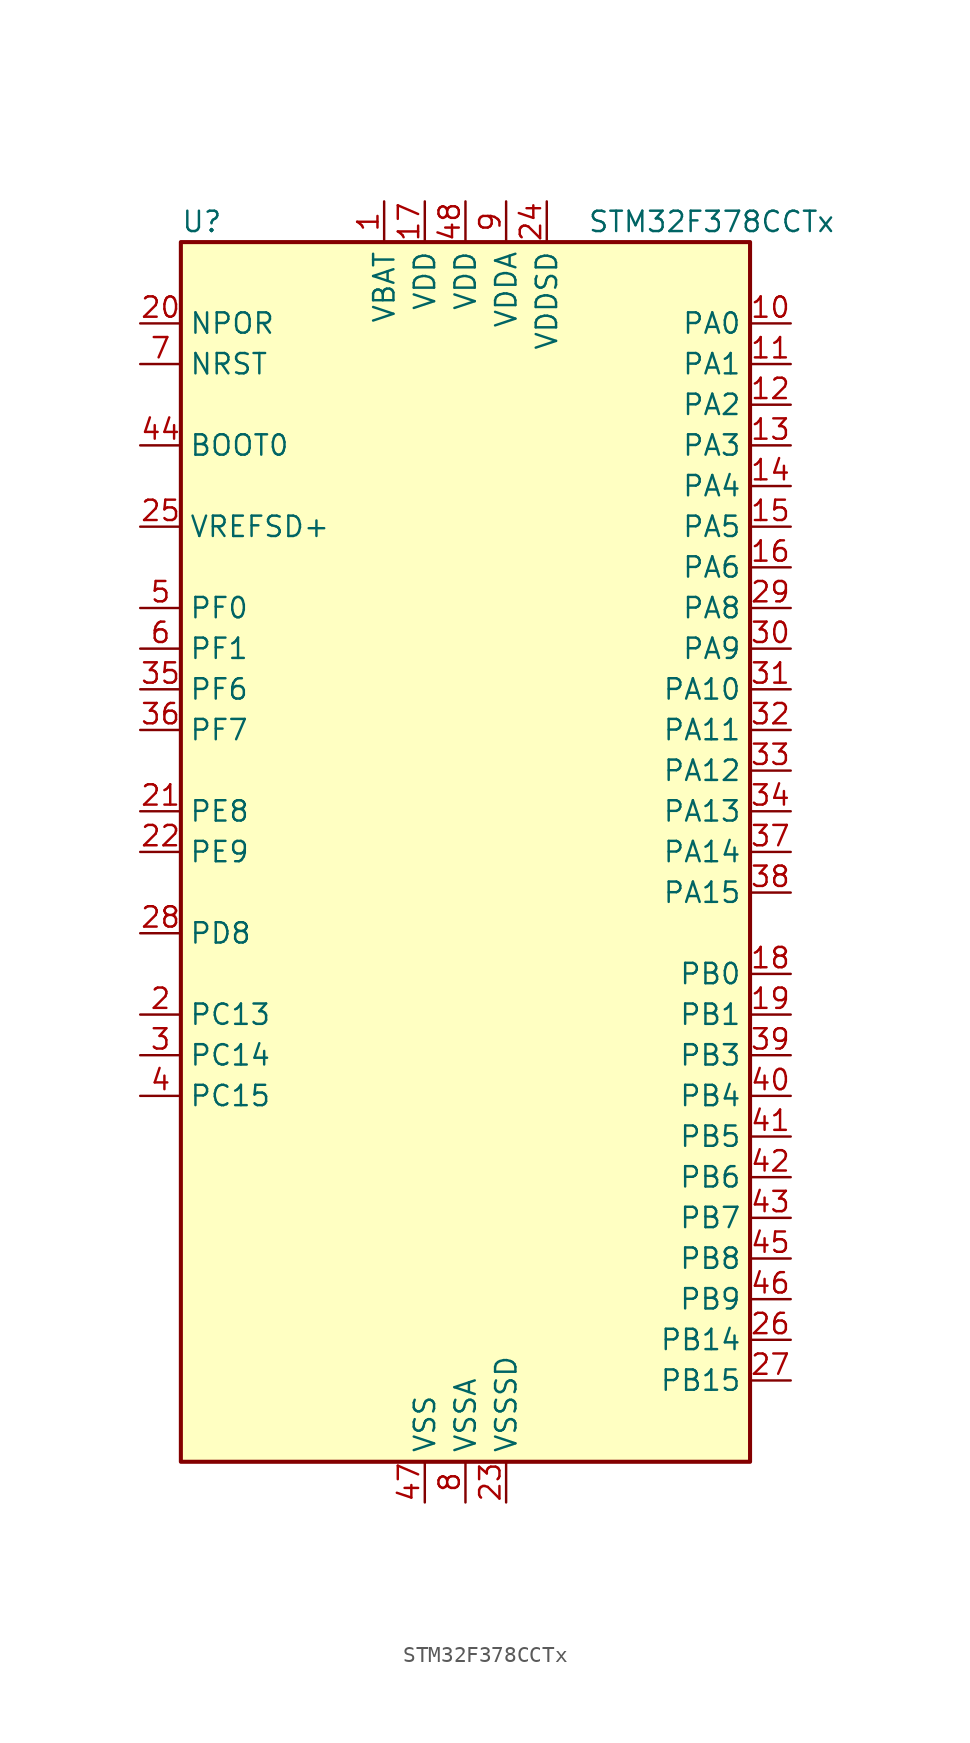
<source format=kicad_sym>
(kicad_symbol_lib
  (version 20241209)
  (generator "kicad_symbol_editor")
  (generator_version "9.0")
  (symbol "STM32F378CCTx"
    (property "Reference" "U"
      (at -17.78 39.37 0)
      (effects (font (size 1.27 1.27)) (justify left)))
    (property "Value" "STM32F378CCTx"
      (at 7.62 39.37 0)
      (effects (font (size 1.27 1.27)) (justify left)))
    (symbol "STM32F378CCTx_0_1"
      (rectangle (start -17.78 -38.1) (end 17.78 38.1) (stroke (width 0.254) (type default)) (fill (type background))))
    (symbol "STM32F378CCTx_1_1"
      (pin input line (at -20.32 33.02 0) (length 2.54) (name "NPOR" (effects (font (size 1.27 1.27)))) (number "20" (effects (font (size 1.27 1.27)))))
      (pin input line (at -20.32 30.48 0) (length 2.54) (name "NRST" (effects (font (size 1.27 1.27)))) (number "7" (effects (font (size 1.27 1.27)))))
      (pin input line (at -20.32 25.4 0) (length 2.54) (name "BOOT0" (effects (font (size 1.27 1.27)))) (number "44" (effects (font (size 1.27 1.27)))))
      (pin input line (at -20.32 20.32 0) (length 2.54) (name "VREFSD+" (effects (font (size 1.27 1.27)))) (number "25" (effects (font (size 1.27 1.27)))))
      (pin bidirectional line (at -20.32 15.24 0) (length 2.54) (name "PF0" (effects (font (size 1.27 1.27)))) (number "5" (effects (font (size 1.27 1.27)))) (alternate "I2C2_SDA" bidirectional line) (alternate "RCC_OSC_IN" bidirectional line))
      (pin bidirectional line (at -20.32 12.7 0) (length 2.54) (name "PF1" (effects (font (size 1.27 1.27)))) (number "6" (effects (font (size 1.27 1.27)))) (alternate "I2C2_SCL" bidirectional line) (alternate "RCC_OSC_OUT" bidirectional line))
      (pin bidirectional line (at -20.32 10.16 0) (length 2.54) (name "PF6" (effects (font (size 1.27 1.27)))) (number "35" (effects (font (size 1.27 1.27)))) (alternate "I2C2_SCL" bidirectional line) (alternate "I2S1_SD" bidirectional line) (alternate "SPI1_MOSI" bidirectional line) (alternate "TIM4_CH4" bidirectional line) (alternate "USART3_DE" bidirectional line) (alternate "USART3_RTS" bidirectional line))
      (pin bidirectional line (at -20.32 7.62 0) (length 2.54) (name "PF7" (effects (font (size 1.27 1.27)))) (number "36" (effects (font (size 1.27 1.27)))) (alternate "I2C2_SDA" bidirectional line) (alternate "USART2_CK" bidirectional line))
      (pin bidirectional line (at -20.32 2.54 0) (length 2.54) (name "PE8" (effects (font (size 1.27 1.27)))) (number "21" (effects (font (size 1.27 1.27)))) (alternate "SDADC1_AIN8P" bidirectional line) (alternate "SDADC2_AIN8P" bidirectional line))
      (pin bidirectional line (at -20.32 0 0) (length 2.54) (name "PE9" (effects (font (size 1.27 1.27)))) (number "22" (effects (font (size 1.27 1.27)))) (alternate "DAC1_EXTI9" bidirectional line) (alternate "DAC2_EXTI9" bidirectional line) (alternate "SDADC1_AIN7P" bidirectional line) (alternate "SDADC1_AIN8M" bidirectional line) (alternate "SDADC2_AIN7P" bidirectional line) (alternate "SDADC2_AIN8M" bidirectional line))
      (pin bidirectional line (at -20.32 -5.08 0) (length 2.54) (name "PD8" (effects (font (size 1.27 1.27)))) (number "28" (effects (font (size 1.27 1.27)))) (alternate "I2S2_CK" bidirectional line) (alternate "SDADC3_AIN6P" bidirectional line) (alternate "SPI2_SCK" bidirectional line) (alternate "TSC_G6_IO3" bidirectional line) (alternate "USART3_TX" bidirectional line))
      (pin bidirectional line (at -20.32 -10.16 0) (length 2.54) (name "PC13" (effects (font (size 1.27 1.27)))) (number "2" (effects (font (size 1.27 1.27)))) (alternate "RTC_OUT_ALARM" bidirectional line) (alternate "RTC_OUT_CALIB" bidirectional line) (alternate "RTC_TAMP1" bidirectional line) (alternate "RTC_TS" bidirectional line) (alternate "SYS_WKUP2" bidirectional line))
      (pin bidirectional line (at -20.32 -12.7 0) (length 2.54) (name "PC14" (effects (font (size 1.27 1.27)))) (number "3" (effects (font (size 1.27 1.27)))) (alternate "RCC_OSC32_IN" bidirectional line))
      (pin bidirectional line (at -20.32 -15.24 0) (length 2.54) (name "PC15" (effects (font (size 1.27 1.27)))) (number "4" (effects (font (size 1.27 1.27)))) (alternate "ADC1_EXTI15" bidirectional line) (alternate "RCC_OSC32_OUT" bidirectional line) (alternate "SDADC1_EXTI15" bidirectional line) (alternate "SDADC2_EXTI15" bidirectional line) (alternate "SDADC3_EXTI15" bidirectional line))
      (pin power_in line (at -5.08 40.64 270) (length 2.54) (name "VBAT" (effects (font (size 1.27 1.27)))) (number "1" (effects (font (size 1.27 1.27)))))
      (pin power_in line (at -2.54 40.64 270) (length 2.54) (name "VDD" (effects (font (size 1.27 1.27)))) (number "17" (effects (font (size 1.27 1.27)))))
      (pin power_in line (at -2.54 -40.64 90) (length 2.54) (name "VSS" (effects (font (size 1.27 1.27)))) (number "47" (effects (font (size 1.27 1.27)))))
      (pin power_in line (at 0 40.64 270) (length 2.54) (name "VDD" (effects (font (size 1.27 1.27)))) (number "48" (effects (font (size 1.27 1.27)))))
      (pin power_in line (at 0 -40.64 90) (length 2.54) (name "VSSA" (effects (font (size 1.27 1.27)))) (number "8" (effects (font (size 1.27 1.27)))))
      (pin power_in line (at 2.54 40.64 270) (length 2.54) (name "VDDA" (effects (font (size 1.27 1.27)))) (number "9" (effects (font (size 1.27 1.27)))))
      (pin power_in line (at 2.54 -40.64 90) (length 2.54) (name "VSSSD" (effects (font (size 1.27 1.27)))) (number "23" (effects (font (size 1.27 1.27)))))
      (pin power_in line (at 5.08 40.64 270) (length 2.54) (name "VDDSD" (effects (font (size 1.27 1.27)))) (number "24" (effects (font (size 1.27 1.27)))))
      (pin bidirectional line (at 20.32 33.02 180) (length 2.54) (name "PA0" (effects (font (size 1.27 1.27)))) (number "10" (effects (font (size 1.27 1.27)))) (alternate "ADC1_IN0" bidirectional line) (alternate "COMP1_INM" bidirectional line) (alternate "COMP1_OUT" bidirectional line) (alternate "RTC_TAMP2" bidirectional line) (alternate "SYS_WKUP1" bidirectional line) (alternate "TIM19_CH1" bidirectional line) (alternate "TIM2_CH1" bidirectional line) (alternate "TIM2_ETR" bidirectional line) (alternate "TIM5_CH1" bidirectional line) (alternate "TIM5_ETR" bidirectional line) (alternate "TSC_G1_IO1" bidirectional line) (alternate "USART2_CTS" bidirectional line))
      (pin bidirectional line (at 20.32 30.48 180) (length 2.54) (name "PA1" (effects (font (size 1.27 1.27)))) (number "11" (effects (font (size 1.27 1.27)))) (alternate "ADC1_IN1" bidirectional line) (alternate "COMP1_INP" bidirectional line) (alternate "I2S3_CK" bidirectional line) (alternate "RTC_REFIN" bidirectional line) (alternate "SPI3_SCK" bidirectional line) (alternate "TIM15_CH1N" bidirectional line) (alternate "TIM19_CH2" bidirectional line) (alternate "TIM2_CH2" bidirectional line) (alternate "TIM5_CH2" bidirectional line) (alternate "TSC_G1_IO2" bidirectional line) (alternate "USART2_DE" bidirectional line) (alternate "USART2_RTS" bidirectional line))
      (pin bidirectional line (at 20.32 27.94 180) (length 2.54) (name "PA2" (effects (font (size 1.27 1.27)))) (number "12" (effects (font (size 1.27 1.27)))) (alternate "ADC1_IN2" bidirectional line) (alternate "COMP2_INM" bidirectional line) (alternate "COMP2_OUT" bidirectional line) (alternate "I2S3_MCK" bidirectional line) (alternate "SPI3_MISO" bidirectional line) (alternate "TIM15_CH1" bidirectional line) (alternate "TIM19_CH3" bidirectional line) (alternate "TIM2_CH3" bidirectional line) (alternate "TIM5_CH3" bidirectional line) (alternate "TSC_G1_IO3" bidirectional line) (alternate "USART2_TX" bidirectional line))
      (pin bidirectional line (at 20.32 25.4 180) (length 2.54) (name "PA3" (effects (font (size 1.27 1.27)))) (number "13" (effects (font (size 1.27 1.27)))) (alternate "ADC1_IN3" bidirectional line) (alternate "COMP2_INP" bidirectional line) (alternate "I2S3_SD" bidirectional line) (alternate "SPI3_MOSI" bidirectional line) (alternate "TIM15_CH2" bidirectional line) (alternate "TIM19_CH4" bidirectional line) (alternate "TIM2_CH4" bidirectional line) (alternate "TIM5_CH4" bidirectional line) (alternate "TSC_G1_IO4" bidirectional line) (alternate "USART2_RX" bidirectional line))
      (pin bidirectional line (at 20.32 22.86 180) (length 2.54) (name "PA4" (effects (font (size 1.27 1.27)))) (number "14" (effects (font (size 1.27 1.27)))) (alternate "ADC1_IN4" bidirectional line) (alternate "DAC1_OUT1" bidirectional line) (alternate "I2S1_WS" bidirectional line) (alternate "I2S3_WS" bidirectional line) (alternate "SPI1_NSS" bidirectional line) (alternate "SPI3_NSS" bidirectional line) (alternate "TIM12_CH1" bidirectional line) (alternate "TIM3_CH2" bidirectional line) (alternate "TSC_G2_IO1" bidirectional line) (alternate "USART2_CK" bidirectional line))
      (pin bidirectional line (at 20.32 20.32 180) (length 2.54) (name "PA5" (effects (font (size 1.27 1.27)))) (number "15" (effects (font (size 1.27 1.27)))) (alternate "ADC1_IN5" bidirectional line) (alternate "CEC" bidirectional line) (alternate "DAC1_OUT2" bidirectional line) (alternate "I2S1_CK" bidirectional line) (alternate "SPI1_SCK" bidirectional line) (alternate "TIM12_CH2" bidirectional line) (alternate "TIM14_CH1" bidirectional line) (alternate "TIM2_CH1" bidirectional line) (alternate "TIM2_ETR" bidirectional line) (alternate "TSC_G2_IO2" bidirectional line))
      (pin bidirectional line (at 20.32 17.78 180) (length 2.54) (name "PA6" (effects (font (size 1.27 1.27)))) (number "16" (effects (font (size 1.27 1.27)))) (alternate "ADC1_IN6" bidirectional line) (alternate "COMP1_OUT" bidirectional line) (alternate "DAC2_OUT1" bidirectional line) (alternate "I2S1_MCK" bidirectional line) (alternate "SPI1_MISO" bidirectional line) (alternate "TIM13_CH1" bidirectional line) (alternate "TIM16_CH1" bidirectional line) (alternate "TIM3_CH1" bidirectional line) (alternate "TSC_G2_IO3" bidirectional line))
      (pin bidirectional line (at 20.32 15.24 180) (length 2.54) (name "PA8" (effects (font (size 1.27 1.27)))) (number "29" (effects (font (size 1.27 1.27)))) (alternate "I2C2_SMBA" bidirectional line) (alternate "I2S2_CK" bidirectional line) (alternate "RCC_MCO" bidirectional line) (alternate "SPI2_SCK" bidirectional line) (alternate "TIM4_ETR" bidirectional line) (alternate "TIM5_CH1" bidirectional line) (alternate "TIM5_ETR" bidirectional line) (alternate "USART1_CK" bidirectional line))
      (pin bidirectional line (at 20.32 12.7 180) (length 2.54) (name "PA9" (effects (font (size 1.27 1.27)))) (number "30" (effects (font (size 1.27 1.27)))) (alternate "DAC1_EXTI9" bidirectional line) (alternate "DAC2_EXTI9" bidirectional line) (alternate "I2C2_SCL" bidirectional line) (alternate "I2S2_MCK" bidirectional line) (alternate "SPI2_MISO" bidirectional line) (alternate "TIM13_CH1" bidirectional line) (alternate "TIM15_BKIN" bidirectional line) (alternate "TIM2_CH3" bidirectional line) (alternate "TSC_G4_IO1" bidirectional line) (alternate "USART1_TX" bidirectional line))
      (pin bidirectional line (at 20.32 10.16 180) (length 2.54) (name "PA10" (effects (font (size 1.27 1.27)))) (number "31" (effects (font (size 1.27 1.27)))) (alternate "I2C2_SDA" bidirectional line) (alternate "I2S2_SD" bidirectional line) (alternate "SPI2_MOSI" bidirectional line) (alternate "TIM14_CH1" bidirectional line) (alternate "TIM17_BKIN" bidirectional line) (alternate "TIM2_CH4" bidirectional line) (alternate "TSC_G4_IO2" bidirectional line) (alternate "USART1_RX" bidirectional line))
      (pin bidirectional line (at 20.32 7.62 180) (length 2.54) (name "PA11" (effects (font (size 1.27 1.27)))) (number "32" (effects (font (size 1.27 1.27)))) (alternate "ADC1_EXTI11" bidirectional line) (alternate "CAN_RX" bidirectional line) (alternate "COMP1_OUT" bidirectional line) (alternate "I2S1_WS" bidirectional line) (alternate "I2S2_WS" bidirectional line) (alternate "SDADC1_EXTI11" bidirectional line) (alternate "SDADC2_EXTI11" bidirectional line) (alternate "SDADC3_EXTI11" bidirectional line) (alternate "SPI1_NSS" bidirectional line) (alternate "SPI2_NSS" bidirectional line) (alternate "TIM4_CH1" bidirectional line) (alternate "TIM5_CH2" bidirectional line) (alternate "USART1_CTS" bidirectional line))
      (pin bidirectional line (at 20.32 5.08 180) (length 2.54) (name "PA12" (effects (font (size 1.27 1.27)))) (number "33" (effects (font (size 1.27 1.27)))) (alternate "CAN_TX" bidirectional line) (alternate "COMP2_OUT" bidirectional line) (alternate "I2S1_CK" bidirectional line) (alternate "SPI1_SCK" bidirectional line) (alternate "TIM16_CH1" bidirectional line) (alternate "TIM4_CH2" bidirectional line) (alternate "TIM5_CH3" bidirectional line) (alternate "USART1_DE" bidirectional line) (alternate "USART1_RTS" bidirectional line))
      (pin bidirectional line (at 20.32 2.54 180) (length 2.54) (name "PA13" (effects (font (size 1.27 1.27)))) (number "34" (effects (font (size 1.27 1.27)))) (alternate "I2S1_MCK" bidirectional line) (alternate "IR_OUT" bidirectional line) (alternate "SPI1_MISO" bidirectional line) (alternate "SYS_JTMS-SWDIO" bidirectional line) (alternate "TIM16_CH1N" bidirectional line) (alternate "TIM4_CH3" bidirectional line) (alternate "TIM5_CH4" bidirectional line) (alternate "TSC_G4_IO3" bidirectional line) (alternate "USART3_CTS" bidirectional line))
      (pin bidirectional line (at 20.32 0 180) (length 2.54) (name "PA14" (effects (font (size 1.27 1.27)))) (number "37" (effects (font (size 1.27 1.27)))) (alternate "I2C1_SDA" bidirectional line) (alternate "SYS_JTCK-SWCLK" bidirectional line) (alternate "TIM12_CH1" bidirectional line) (alternate "TSC_G4_IO4" bidirectional line))
      (pin bidirectional line (at 20.32 -2.54 180) (length 2.54) (name "PA15" (effects (font (size 1.27 1.27)))) (number "38" (effects (font (size 1.27 1.27)))) (alternate "ADC1_EXTI15" bidirectional line) (alternate "I2C1_SCL" bidirectional line) (alternate "I2S1_WS" bidirectional line) (alternate "I2S3_WS" bidirectional line) (alternate "SDADC1_EXTI15" bidirectional line) (alternate "SDADC2_EXTI15" bidirectional line) (alternate "SDADC3_EXTI15" bidirectional line) (alternate "SPI1_NSS" bidirectional line) (alternate "SPI3_NSS" bidirectional line) (alternate "SYS_JTDI" bidirectional line) (alternate "TIM12_CH2" bidirectional line) (alternate "TIM2_CH1" bidirectional line) (alternate "TIM2_ETR" bidirectional line) (alternate "TSC_SYNC" bidirectional line))
      (pin bidirectional line (at 20.32 -7.62 180) (length 2.54) (name "PB0" (effects (font (size 1.27 1.27)))) (number "18" (effects (font (size 1.27 1.27)))) (alternate "ADC1_IN8" bidirectional line) (alternate "I2S1_SD" bidirectional line) (alternate "SDADC1_AIN6P" bidirectional line) (alternate "SPI1_MOSI" bidirectional line) (alternate "TIM3_CH2" bidirectional line) (alternate "TIM3_CH3" bidirectional line) (alternate "TSC_G3_IO3" bidirectional line))
      (pin bidirectional line (at 20.32 -10.16 180) (length 2.54) (name "PB1" (effects (font (size 1.27 1.27)))) (number "19" (effects (font (size 1.27 1.27)))) (alternate "ADC1_IN9" bidirectional line) (alternate "SDADC1_AIN5P" bidirectional line) (alternate "SDADC1_AIN6M" bidirectional line) (alternate "TIM3_CH4" bidirectional line) (alternate "TSC_G3_IO4" bidirectional line))
      (pin bidirectional line (at 20.32 -12.7 180) (length 2.54) (name "PB3" (effects (font (size 1.27 1.27)))) (number "39" (effects (font (size 1.27 1.27)))) (alternate "I2S1_CK" bidirectional line) (alternate "I2S3_CK" bidirectional line) (alternate "SPI1_SCK" bidirectional line) (alternate "SPI3_SCK" bidirectional line) (alternate "SYS_JTDO-TRACESWO" bidirectional line) (alternate "TIM13_CH1" bidirectional line) (alternate "TIM2_CH2" bidirectional line) (alternate "TIM3_ETR" bidirectional line) (alternate "TIM4_ETR" bidirectional line) (alternate "TSC_G5_IO1" bidirectional line) (alternate "USART2_TX" bidirectional line))
      (pin bidirectional line (at 20.32 -15.24 180) (length 2.54) (name "PB4" (effects (font (size 1.27 1.27)))) (number "40" (effects (font (size 1.27 1.27)))) (alternate "I2S1_MCK" bidirectional line) (alternate "I2S3_MCK" bidirectional line) (alternate "SPI1_MISO" bidirectional line) (alternate "SPI3_MISO" bidirectional line) (alternate "SYS_NJTRST" bidirectional line) (alternate "TIM15_CH1N" bidirectional line) (alternate "TIM16_CH1" bidirectional line) (alternate "TIM17_BKIN" bidirectional line) (alternate "TIM3_CH1" bidirectional line) (alternate "TSC_G5_IO2" bidirectional line) (alternate "USART2_RX" bidirectional line))
      (pin bidirectional line (at 20.32 -17.78 180) (length 2.54) (name "PB5" (effects (font (size 1.27 1.27)))) (number "41" (effects (font (size 1.27 1.27)))) (alternate "I2C1_SMBA" bidirectional line) (alternate "I2S1_SD" bidirectional line) (alternate "I2S3_SD" bidirectional line) (alternate "SPI1_MOSI" bidirectional line) (alternate "SPI3_MOSI" bidirectional line) (alternate "TIM16_BKIN" bidirectional line) (alternate "TIM17_CH1" bidirectional line) (alternate "TIM19_ETR" bidirectional line) (alternate "TIM3_CH2" bidirectional line) (alternate "USART2_CK" bidirectional line))
      (pin bidirectional line (at 20.32 -20.32 180) (length 2.54) (name "PB6" (effects (font (size 1.27 1.27)))) (number "42" (effects (font (size 1.27 1.27)))) (alternate "I2C1_SCL" bidirectional line) (alternate "TIM15_CH1" bidirectional line) (alternate "TIM16_CH1N" bidirectional line) (alternate "TIM19_CH1" bidirectional line) (alternate "TIM3_CH3" bidirectional line) (alternate "TIM4_CH1" bidirectional line) (alternate "TSC_G5_IO3" bidirectional line) (alternate "USART1_TX" bidirectional line))
      (pin bidirectional line (at 20.32 -22.86 180) (length 2.54) (name "PB7" (effects (font (size 1.27 1.27)))) (number "43" (effects (font (size 1.27 1.27)))) (alternate "I2C1_SDA" bidirectional line) (alternate "TIM15_CH2" bidirectional line) (alternate "TIM17_CH1N" bidirectional line) (alternate "TIM19_CH2" bidirectional line) (alternate "TIM3_CH4" bidirectional line) (alternate "TIM4_CH2" bidirectional line) (alternate "TSC_G5_IO4" bidirectional line) (alternate "USART1_RX" bidirectional line))
      (pin bidirectional line (at 20.32 -25.4 180) (length 2.54) (name "PB8" (effects (font (size 1.27 1.27)))) (number "45" (effects (font (size 1.27 1.27)))) (alternate "CAN_RX" bidirectional line) (alternate "CEC" bidirectional line) (alternate "COMP1_OUT" bidirectional line) (alternate "I2C1_SCL" bidirectional line) (alternate "I2S2_CK" bidirectional line) (alternate "SPI2_SCK" bidirectional line) (alternate "TIM16_CH1" bidirectional line) (alternate "TIM19_CH3" bidirectional line) (alternate "TIM4_CH3" bidirectional line) (alternate "TSC_SYNC" bidirectional line) (alternate "USART3_TX" bidirectional line))
      (pin bidirectional line (at 20.32 -27.94 180) (length 2.54) (name "PB9" (effects (font (size 1.27 1.27)))) (number "46" (effects (font (size 1.27 1.27)))) (alternate "CAN_TX" bidirectional line) (alternate "COMP2_OUT" bidirectional line) (alternate "DAC1_EXTI9" bidirectional line) (alternate "DAC2_EXTI9" bidirectional line) (alternate "I2C1_SDA" bidirectional line) (alternate "I2S2_WS" bidirectional line) (alternate "IR_OUT" bidirectional line) (alternate "SPI2_NSS" bidirectional line) (alternate "TIM17_CH1" bidirectional line) (alternate "TIM19_CH4" bidirectional line) (alternate "TIM4_CH4" bidirectional line) (alternate "USART3_RX" bidirectional line))
      (pin bidirectional line (at 20.32 -30.48 180) (length 2.54) (name "PB14" (effects (font (size 1.27 1.27)))) (number "26" (effects (font (size 1.27 1.27)))) (alternate "I2S2_MCK" bidirectional line) (alternate "SDADC3_AIN8P" bidirectional line) (alternate "SPI2_MISO" bidirectional line) (alternate "TIM12_CH1" bidirectional line) (alternate "TIM15_CH1" bidirectional line) (alternate "TSC_G6_IO1" bidirectional line) (alternate "USART3_DE" bidirectional line) (alternate "USART3_RTS" bidirectional line))
      (pin bidirectional line (at 20.32 -33.02 180) (length 2.54) (name "PB15" (effects (font (size 1.27 1.27)))) (number "27" (effects (font (size 1.27 1.27)))) (alternate "ADC1_EXTI15" bidirectional line) (alternate "I2S2_SD" bidirectional line) (alternate "RTC_REFIN" bidirectional line) (alternate "SDADC1_EXTI15" bidirectional line) (alternate "SDADC2_EXTI15" bidirectional line) (alternate "SDADC3_AIN7P" bidirectional line) (alternate "SDADC3_AIN8M" bidirectional line) (alternate "SDADC3_EXTI15" bidirectional line) (alternate "SPI2_MOSI" bidirectional line) (alternate "TIM12_CH2" bidirectional line) (alternate "TIM15_CH1N" bidirectional line) (alternate "TIM15_CH2" bidirectional line) (alternate "TSC_G6_IO2" bidirectional line)))))
</source>
